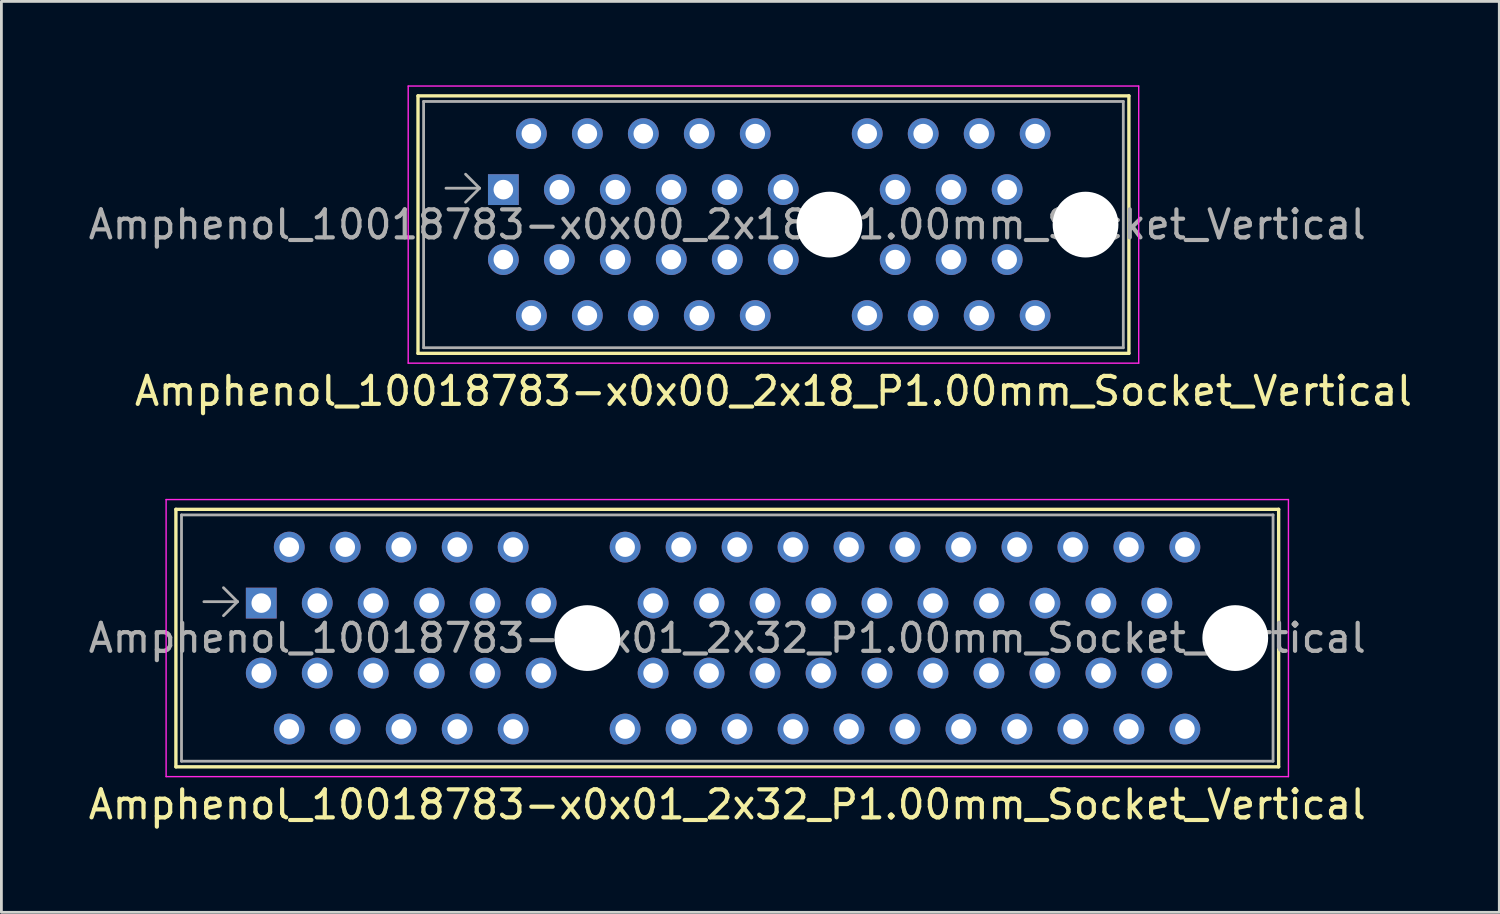
<source format=kicad_pcb>
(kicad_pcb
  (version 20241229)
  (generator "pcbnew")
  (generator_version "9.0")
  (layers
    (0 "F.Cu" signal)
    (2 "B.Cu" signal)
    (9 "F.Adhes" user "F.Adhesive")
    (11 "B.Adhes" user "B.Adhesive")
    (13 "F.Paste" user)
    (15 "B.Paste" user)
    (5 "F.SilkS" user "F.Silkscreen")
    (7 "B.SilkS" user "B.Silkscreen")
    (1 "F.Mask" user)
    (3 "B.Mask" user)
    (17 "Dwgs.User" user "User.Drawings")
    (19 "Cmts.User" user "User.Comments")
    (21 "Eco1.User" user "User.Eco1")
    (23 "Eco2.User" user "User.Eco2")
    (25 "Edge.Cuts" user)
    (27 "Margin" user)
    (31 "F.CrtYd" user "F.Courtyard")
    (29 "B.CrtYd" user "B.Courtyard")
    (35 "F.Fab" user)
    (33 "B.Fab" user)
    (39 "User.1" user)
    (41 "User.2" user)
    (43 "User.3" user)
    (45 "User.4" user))
  (footprint "Amphenol_10018783-x0x00_2x18_P1.00mm_Socket_Vertical"
    (layer "F.Cu")
    (at 14.935 3.725)
    (property "Reference" "Amphenol_10018783-x0x00_2x18_P1.00mm_Socket_Vertical" (at 9.65 7.2 0) (layer "F.SilkS") (effects (font (size 1 1) (thickness 0.15))))
    (attr through_hole)
    (fp_line (start -3.05 -3.35) (end -3.05 5.85) (stroke (width 0.12) (type solid)) (layer "F.SilkS"))
    (fp_line (start -3.05 5.85) (end 22.35 5.85) (stroke (width 0.12) (type solid)) (layer "F.SilkS"))
    (fp_line (start 22.35 -3.35) (end -3.05 -3.35) (stroke (width 0.12) (type solid)) (layer "F.SilkS"))
    (fp_line (start 22.35 5.85) (end 22.35 -3.35) (stroke (width 0.12) (type solid)) (layer "F.SilkS"))
    (fp_line (start -3.4 -3.7) (end -3.4 6.2) (stroke (width 0.05) (type solid)) (layer "F.CrtYd"))
    (fp_line (start -3.4 6.2) (end 22.7 6.2) (stroke (width 0.05) (type solid)) (layer "F.CrtYd"))
    (fp_line (start 22.7 -3.7) (end -3.4 -3.7) (stroke (width 0.05) (type solid)) (layer "F.CrtYd"))
    (fp_line (start 22.7 6.2) (end 22.7 -3.7) (stroke (width 0.05) (type solid)) (layer "F.CrtYd"))
    (fp_line (start -2.85 -3.15) (end -2.85 5.65) (stroke (width 0.1) (type solid)) (layer "F.Fab"))
    (fp_line (start -0.85 -0.05) (end -2.05 -0.05) (stroke (width 0.1) (type solid)) (layer "F.Fab"))
    (fp_line (start -0.85 -0.05) (end -1.35 -0.55) (stroke (width 0.1) (type solid)) (layer "F.Fab"))
    (fp_line (start -0.85 -0.05) (end -1.35 0.45) (stroke (width 0.1) (type solid)) (layer "F.Fab"))
    (fp_line (start 22.15 -3.15) (end -2.85 -3.15) (stroke (width 0.1) (type solid)) (layer "F.Fab"))
    (fp_line (start 22.15 -3.15) (end 22.15 5.65) (stroke (width 0.1) (type solid)) (layer "F.Fab"))
    (fp_line (start 22.15 5.65) (end -2.85 5.65) (stroke (width 0.1) (type solid)) (layer "F.Fab"))
    (fp_text user "${REFERENCE}" (at 8 1.25 0) (layer "F.Fab") (effects (font (size 1 1) (thickness 0.15))))
    (pad "" np_thru_hole circle (at 11.65 1.25) (size 2.35 2.35) (drill 2.35) (layers "*.Cu" "*.Mask"))
    (pad "" np_thru_hole circle (at 20.8 1.25) (size 2.35 2.35) (drill 2.35) (layers "*.Cu" "*.Mask"))
    (pad "A1" thru_hole rect (at 0 0) (size 1.1 1.1) (drill 0.7) (layers "*.Cu" "*.Mask"))
    (pad "A2" thru_hole circle (at 1 -2) (size 1.1 1.1) (drill 0.7) (layers "*.Cu" "*.Mask"))
    (pad "A3" thru_hole circle (at 2 0) (size 1.1 1.1) (drill 0.7) (layers "*.Cu" "*.Mask"))
    (pad "A4" thru_hole circle (at 3 -2) (size 1.1 1.1) (drill 0.7) (layers "*.Cu" "*.Mask"))
    (pad "A5" thru_hole circle (at 4 0) (size 1.1 1.1) (drill 0.7) (layers "*.Cu" "*.Mask"))
    (pad "A6" thru_hole circle (at 5 -2) (size 1.1 1.1) (drill 0.7) (layers "*.Cu" "*.Mask"))
    (pad "A7" thru_hole circle (at 6 0) (size 1.1 1.1) (drill 0.7) (layers "*.Cu" "*.Mask"))
    (pad "A8" thru_hole circle (at 7 -2) (size 1.1 1.1) (drill 0.7) (layers "*.Cu" "*.Mask"))
    (pad "A9" thru_hole circle (at 8 0) (size 1.1 1.1) (drill 0.7) (layers "*.Cu" "*.Mask"))
    (pad "A10" thru_hole circle (at 9 -2) (size 1.1 1.1) (drill 0.7) (layers "*.Cu" "*.Mask"))
    (pad "A11" thru_hole circle (at 10 0) (size 1.1 1.1) (drill 0.7) (layers "*.Cu" "*.Mask"))
    (pad "A12" thru_hole circle (at 13 -2) (size 1.1 1.1) (drill 0.7) (layers "*.Cu" "*.Mask"))
    (pad "A13" thru_hole circle (at 14 0) (size 1.1 1.1) (drill 0.7) (layers "*.Cu" "*.Mask"))
    (pad "A14" thru_hole circle (at 15 -2) (size 1.1 1.1) (drill 0.7) (layers "*.Cu" "*.Mask"))
    (pad "A15" thru_hole circle (at 16 0) (size 1.1 1.1) (drill 0.7) (layers "*.Cu" "*.Mask"))
    (pad "A16" thru_hole circle (at 17 -2) (size 1.1 1.1) (drill 0.7) (layers "*.Cu" "*.Mask"))
    (pad "A17" thru_hole circle (at 18 0) (size 1.1 1.1) (drill 0.7) (layers "*.Cu" "*.Mask"))
    (pad "A18" thru_hole circle (at 19 -2) (size 1.1 1.1) (drill 0.7) (layers "*.Cu" "*.Mask"))
    (pad "B1" thru_hole circle (at 0 2.5) (size 1.1 1.1) (drill 0.7) (layers "*.Cu" "*.Mask"))
    (pad "B2" thru_hole circle (at 1 4.5) (size 1.1 1.1) (drill 0.7) (layers "*.Cu" "*.Mask"))
    (pad "B3" thru_hole circle (at 2 2.5) (size 1.1 1.1) (drill 0.7) (layers "*.Cu" "*.Mask"))
    (pad "B4" thru_hole circle (at 3 4.5) (size 1.1 1.1) (drill 0.7) (layers "*.Cu" "*.Mask"))
    (pad "B5" thru_hole circle (at 4 2.5) (size 1.1 1.1) (drill 0.7) (layers "*.Cu" "*.Mask"))
    (pad "B6" thru_hole circle (at 5 4.5) (size 1.1 1.1) (drill 0.7) (layers "*.Cu" "*.Mask"))
    (pad "B7" thru_hole circle (at 6 2.5) (size 1.1 1.1) (drill 0.7) (layers "*.Cu" "*.Mask"))
    (pad "B8" thru_hole circle (at 7 4.5) (size 1.1 1.1) (drill 0.7) (layers "*.Cu" "*.Mask"))
    (pad "B9" thru_hole circle (at 8 2.5) (size 1.1 1.1) (drill 0.7) (layers "*.Cu" "*.Mask"))
    (pad "B10" thru_hole circle (at 9 4.5) (size 1.1 1.1) (drill 0.7) (layers "*.Cu" "*.Mask"))
    (pad "B11" thru_hole circle (at 10 2.5) (size 1.1 1.1) (drill 0.7) (layers "*.Cu" "*.Mask"))
    (pad "B12" thru_hole circle (at 13 4.5) (size 1.1 1.1) (drill 0.7) (layers "*.Cu" "*.Mask"))
    (pad "B13" thru_hole circle (at 14 2.5) (size 1.1 1.1) (drill 0.7) (layers "*.Cu" "*.Mask"))
    (pad "B14" thru_hole circle (at 15 4.5) (size 1.1 1.1) (drill 0.7) (layers "*.Cu" "*.Mask"))
    (pad "B15" thru_hole circle (at 16 2.5) (size 1.1 1.1) (drill 0.7) (layers "*.Cu" "*.Mask"))
    (pad "B16" thru_hole circle (at 17 4.5) (size 1.1 1.1) (drill 0.7) (layers "*.Cu" "*.Mask"))
    (pad "B17" thru_hole circle (at 18 2.5) (size 1.1 1.1) (drill 0.7) (layers "*.Cu" "*.Mask"))
    (pad "B18" thru_hole circle (at 19 4.5) (size 1.1 1.1) (drill 0.7) (layers "*.Cu" "*.Mask")))
  (footprint "Amphenol_10018783-x0x01_2x32_P1.00mm_Socket_Vertical"
    (layer "F.Cu")
    (at 6.285 18.498)
    (property "Reference" "Amphenol_10018783-x0x01_2x32_P1.00mm_Socket_Vertical" (at 16.65 7.2 0) (layer "F.SilkS") (effects (font (size 1 1) (thickness 0.15))))
    (attr through_hole)
    (fp_line (start -3.05 -3.35) (end -3.05 5.85) (stroke (width 0.12) (type solid)) (layer "F.SilkS"))
    (fp_line (start -3.05 5.85) (end 36.35 5.85) (stroke (width 0.12) (type solid)) (layer "F.SilkS"))
    (fp_line (start 36.35 -3.35) (end -3.05 -3.35) (stroke (width 0.12) (type solid)) (layer "F.SilkS"))
    (fp_line (start 36.35 5.85) (end 36.35 -3.35) (stroke (width 0.12) (type solid)) (layer "F.SilkS"))
    (fp_line (start -3.4 -3.7) (end -3.4 6.2) (stroke (width 0.05) (type solid)) (layer "F.CrtYd"))
    (fp_line (start -3.4 6.2) (end 36.7 6.2) (stroke (width 0.05) (type solid)) (layer "F.CrtYd"))
    (fp_line (start 36.7 -3.7) (end -3.4 -3.7) (stroke (width 0.05) (type solid)) (layer "F.CrtYd"))
    (fp_line (start 36.7 6.2) (end 36.7 -3.7) (stroke (width 0.05) (type solid)) (layer "F.CrtYd"))
    (fp_line (start -2.85 -3.15) (end -2.85 5.65) (stroke (width 0.1) (type solid)) (layer "F.Fab"))
    (fp_line (start -0.85 -0.05) (end -2.05 -0.05) (stroke (width 0.1) (type solid)) (layer "F.Fab"))
    (fp_line (start -0.85 -0.05) (end -1.35 -0.55) (stroke (width 0.1) (type solid)) (layer "F.Fab"))
    (fp_line (start -0.85 -0.05) (end -1.35 0.45) (stroke (width 0.1) (type solid)) (layer "F.Fab"))
    (fp_line (start 36.15 -3.15) (end -2.85 -3.15) (stroke (width 0.1) (type solid)) (layer "F.Fab"))
    (fp_line (start 36.15 -3.15) (end 36.15 5.65) (stroke (width 0.1) (type solid)) (layer "F.Fab"))
    (fp_line (start 36.15 5.65) (end -2.85 5.65) (stroke (width 0.1) (type solid)) (layer "F.Fab"))
    (fp_text user "${REFERENCE}" (at 16.65 1.25 0) (layer "F.Fab") (effects (font (size 1 1) (thickness 0.15))))
    (pad "" np_thru_hole circle (at 11.65 1.25) (size 2.35 2.35) (drill 2.35) (layers "*.Cu" "*.Mask"))
    (pad "" np_thru_hole circle (at 34.8 1.25) (size 2.35 2.35) (drill 2.35) (layers "*.Cu" "*.Mask"))
    (pad "A1" thru_hole rect (at 0 0) (size 1.1 1.1) (drill 0.7) (layers "*.Cu" "*.Mask"))
    (pad "A2" thru_hole circle (at 1 -2) (size 1.1 1.1) (drill 0.7) (layers "*.Cu" "*.Mask"))
    (pad "A3" thru_hole circle (at 2 0) (size 1.1 1.1) (drill 0.7) (layers "*.Cu" "*.Mask"))
    (pad "A4" thru_hole circle (at 3 -2) (size 1.1 1.1) (drill 0.7) (layers "*.Cu" "*.Mask"))
    (pad "A5" thru_hole circle (at 4 0) (size 1.1 1.1) (drill 0.7) (layers "*.Cu" "*.Mask"))
    (pad "A6" thru_hole circle (at 5 -2) (size 1.1 1.1) (drill 0.7) (layers "*.Cu" "*.Mask"))
    (pad "A7" thru_hole circle (at 6 0) (size 1.1 1.1) (drill 0.7) (layers "*.Cu" "*.Mask"))
    (pad "A8" thru_hole circle (at 7 -2) (size 1.1 1.1) (drill 0.7) (layers "*.Cu" "*.Mask"))
    (pad "A9" thru_hole circle (at 8 0) (size 1.1 1.1) (drill 0.7) (layers "*.Cu" "*.Mask"))
    (pad "A10" thru_hole circle (at 9 -2) (size 1.1 1.1) (drill 0.7) (layers "*.Cu" "*.Mask"))
    (pad "A11" thru_hole circle (at 10 0) (size 1.1 1.1) (drill 0.7) (layers "*.Cu" "*.Mask"))
    (pad "A12" thru_hole circle (at 13 -2) (size 1.1 1.1) (drill 0.7) (layers "*.Cu" "*.Mask"))
    (pad "A13" thru_hole circle (at 14 0) (size 1.1 1.1) (drill 0.7) (layers "*.Cu" "*.Mask"))
    (pad "A14" thru_hole circle (at 15 -2) (size 1.1 1.1) (drill 0.7) (layers "*.Cu" "*.Mask"))
    (pad "A15" thru_hole circle (at 16 0) (size 1.1 1.1) (drill 0.7) (layers "*.Cu" "*.Mask"))
    (pad "A16" thru_hole circle (at 17 -2) (size 1.1 1.1) (drill 0.7) (layers "*.Cu" "*.Mask"))
    (pad "A17" thru_hole circle (at 18 0) (size 1.1 1.1) (drill 0.7) (layers "*.Cu" "*.Mask"))
    (pad "A18" thru_hole circle (at 19 -2) (size 1.1 1.1) (drill 0.7) (layers "*.Cu" "*.Mask"))
    (pad "A19" thru_hole circle (at 20 0) (size 1.1 1.1) (drill 0.7) (layers "*.Cu" "*.Mask"))
    (pad "A20" thru_hole circle (at 21 -2) (size 1.1 1.1) (drill 0.7) (layers "*.Cu" "*.Mask"))
    (pad "A21" thru_hole circle (at 22 0) (size 1.1 1.1) (drill 0.7) (layers "*.Cu" "*.Mask"))
    (pad "A22" thru_hole circle (at 23 -2) (size 1.1 1.1) (drill 0.7) (layers "*.Cu" "*.Mask"))
    (pad "A23" thru_hole circle (at 24 0) (size 1.1 1.1) (drill 0.7) (layers "*.Cu" "*.Mask"))
    (pad "A24" thru_hole circle (at 25 -2) (size 1.1 1.1) (drill 0.7) (layers "*.Cu" "*.Mask"))
    (pad "A25" thru_hole circle (at 26 0) (size 1.1 1.1) (drill 0.7) (layers "*.Cu" "*.Mask"))
    (pad "A26" thru_hole circle (at 27 -2) (size 1.1 1.1) (drill 0.7) (layers "*.Cu" "*.Mask"))
    (pad "A27" thru_hole circle (at 28 0) (size 1.1 1.1) (drill 0.7) (layers "*.Cu" "*.Mask"))
    (pad "A28" thru_hole circle (at 29 -2) (size 1.1 1.1) (drill 0.7) (layers "*.Cu" "*.Mask"))
    (pad "A29" thru_hole circle (at 30 0) (size 1.1 1.1) (drill 0.7) (layers "*.Cu" "*.Mask"))
    (pad "A30" thru_hole circle (at 31 -2) (size 1.1 1.1) (drill 0.7) (layers "*.Cu" "*.Mask"))
    (pad "A31" thru_hole circle (at 32 0) (size 1.1 1.1) (drill 0.7) (layers "*.Cu" "*.Mask"))
    (pad "A32" thru_hole circle (at 33 -2) (size 1.1 1.1) (drill 0.7) (layers "*.Cu" "*.Mask"))
    (pad "B1" thru_hole circle (at 0 2.5) (size 1.1 1.1) (drill 0.7) (layers "*.Cu" "*.Mask"))
    (pad "B2" thru_hole circle (at 1 4.5) (size 1.1 1.1) (drill 0.7) (layers "*.Cu" "*.Mask"))
    (pad "B3" thru_hole circle (at 2 2.5) (size 1.1 1.1) (drill 0.7) (layers "*.Cu" "*.Mask"))
    (pad "B4" thru_hole circle (at 3 4.5) (size 1.1 1.1) (drill 0.7) (layers "*.Cu" "*.Mask"))
    (pad "B5" thru_hole circle (at 4 2.5) (size 1.1 1.1) (drill 0.7) (layers "*.Cu" "*.Mask"))
    (pad "B6" thru_hole circle (at 5 4.5) (size 1.1 1.1) (drill 0.7) (layers "*.Cu" "*.Mask"))
    (pad "B7" thru_hole circle (at 6 2.5) (size 1.1 1.1) (drill 0.7) (layers "*.Cu" "*.Mask"))
    (pad "B8" thru_hole circle (at 7 4.5) (size 1.1 1.1) (drill 0.7) (layers "*.Cu" "*.Mask"))
    (pad "B9" thru_hole circle (at 8 2.5) (size 1.1 1.1) (drill 0.7) (layers "*.Cu" "*.Mask"))
    (pad "B10" thru_hole circle (at 9 4.5) (size 1.1 1.1) (drill 0.7) (layers "*.Cu" "*.Mask"))
    (pad "B11" thru_hole circle (at 10 2.5) (size 1.1 1.1) (drill 0.7) (layers "*.Cu" "*.Mask"))
    (pad "B12" thru_hole circle (at 13 4.5) (size 1.1 1.1) (drill 0.7) (layers "*.Cu" "*.Mask"))
    (pad "B13" thru_hole circle (at 14 2.5) (size 1.1 1.1) (drill 0.7) (layers "*.Cu" "*.Mask"))
    (pad "B14" thru_hole circle (at 15 4.5) (size 1.1 1.1) (drill 0.7) (layers "*.Cu" "*.Mask"))
    (pad "B15" thru_hole circle (at 16 2.5) (size 1.1 1.1) (drill 0.7) (layers "*.Cu" "*.Mask"))
    (pad "B16" thru_hole circle (at 17 4.5) (size 1.1 1.1) (drill 0.7) (layers "*.Cu" "*.Mask"))
    (pad "B17" thru_hole circle (at 18 2.5) (size 1.1 1.1) (drill 0.7) (layers "*.Cu" "*.Mask"))
    (pad "B18" thru_hole circle (at 19 4.5) (size 1.1 1.1) (drill 0.7) (layers "*.Cu" "*.Mask"))
    (pad "B19" thru_hole circle (at 20 2.5) (size 1.1 1.1) (drill 0.7) (layers "*.Cu" "*.Mask"))
    (pad "B20" thru_hole circle (at 21 4.5) (size 1.1 1.1) (drill 0.7) (layers "*.Cu" "*.Mask"))
    (pad "B21" thru_hole circle (at 22 2.5) (size 1.1 1.1) (drill 0.7) (layers "*.Cu" "*.Mask"))
    (pad "B22" thru_hole circle (at 23 4.5) (size 1.1 1.1) (drill 0.7) (layers "*.Cu" "*.Mask"))
    (pad "B23" thru_hole circle (at 24 2.5) (size 1.1 1.1) (drill 0.7) (layers "*.Cu" "*.Mask"))
    (pad "B24" thru_hole circle (at 25 4.5) (size 1.1 1.1) (drill 0.7) (layers "*.Cu" "*.Mask"))
    (pad "B25" thru_hole circle (at 26 2.5) (size 1.1 1.1) (drill 0.7) (layers "*.Cu" "*.Mask"))
    (pad "B26" thru_hole circle (at 27 4.5) (size 1.1 1.1) (drill 0.7) (layers "*.Cu" "*.Mask"))
    (pad "B27" thru_hole circle (at 28 2.5) (size 1.1 1.1) (drill 0.7) (layers "*.Cu" "*.Mask"))
    (pad "B28" thru_hole circle (at 29 4.5) (size 1.1 1.1) (drill 0.7) (layers "*.Cu" "*.Mask"))
    (pad "B29" thru_hole circle (at 30 2.5) (size 1.1 1.1) (drill 0.7) (layers "*.Cu" "*.Mask"))
    (pad "B30" thru_hole circle (at 31 4.5) (size 1.1 1.1) (drill 0.7) (layers "*.Cu" "*.Mask"))
    (pad "B31" thru_hole circle (at 32 2.5) (size 1.1 1.1) (drill 0.7) (layers "*.Cu" "*.Mask"))
    (pad "B32" thru_hole circle (at 33 4.5) (size 1.1 1.1) (drill 0.7) (layers "*.Cu" "*.Mask")))
  (gr_rect
    (start -3 -3)
    (end 50.519 29.547)
    (stroke (width 0.1) (type default))
    (fill no)
    (layer "Edge.Cuts")))
</source>
